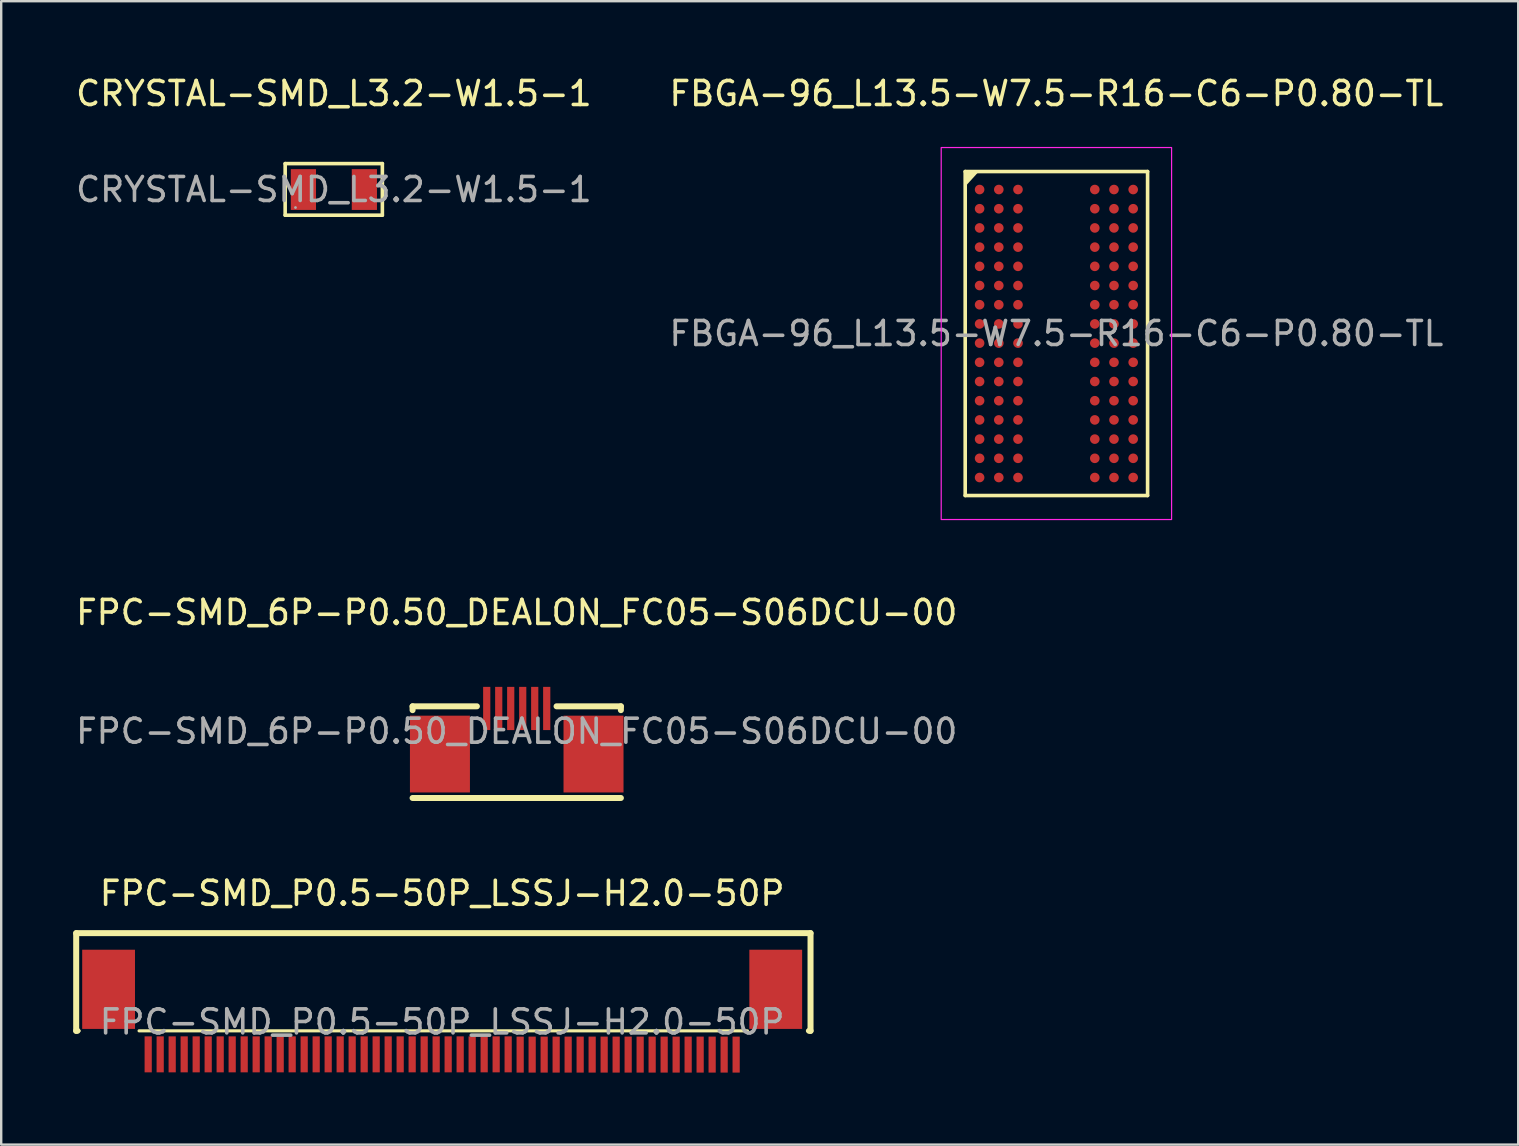
<source format=kicad_pcb>
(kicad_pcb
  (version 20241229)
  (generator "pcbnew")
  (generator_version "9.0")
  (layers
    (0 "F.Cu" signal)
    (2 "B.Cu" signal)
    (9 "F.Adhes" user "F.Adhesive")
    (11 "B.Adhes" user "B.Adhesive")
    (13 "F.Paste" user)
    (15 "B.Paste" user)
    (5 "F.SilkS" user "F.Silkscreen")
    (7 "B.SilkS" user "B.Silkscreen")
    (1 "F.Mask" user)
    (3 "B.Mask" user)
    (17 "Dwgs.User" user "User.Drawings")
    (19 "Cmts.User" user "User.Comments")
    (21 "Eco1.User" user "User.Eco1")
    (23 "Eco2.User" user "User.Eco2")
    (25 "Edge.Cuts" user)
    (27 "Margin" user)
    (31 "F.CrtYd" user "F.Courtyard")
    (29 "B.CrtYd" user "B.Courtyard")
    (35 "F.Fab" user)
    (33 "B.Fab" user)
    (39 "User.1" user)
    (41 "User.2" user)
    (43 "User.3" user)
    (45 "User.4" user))
  (footprint "FPC-SMD_6P-P0.50_DEALON_FC05-S06DCU-00"
    (layer "F.Cu")
    (at 18.482 27.422)
    (property "Reference" "FPC-SMD_6P-P0.50_DEALON_FC05-S06DCU-00" (at 0 -4.95 0) (layer "F.SilkS") (effects (font (size 1 1) (thickness 0.15))))
    (attr smd)
    (fp_line (start -4.34 -1.04) (end -4.34 -0.88) (stroke (width 0.25) (type solid)) (layer "F.SilkS"))
    (fp_line (start -4.34 2.78) (end 4.34 2.78) (stroke (width 0.25) (type solid)) (layer "F.SilkS"))
    (fp_line (start -1.66 -1.04) (end -4.34 -1.04) (stroke (width 0.25) (type solid)) (layer "F.SilkS"))
    (fp_line (start 4.34 -1.04) (end 1.66 -1.04) (stroke (width 0.25) (type solid)) (layer "F.SilkS"))
    (fp_line (start 4.34 -1.04) (end 4.34 -0.88) (stroke (width 0.25) (type solid)) (layer "F.SilkS"))
    (fp_text user "${REFERENCE}" (at 0 0 0) (layer "F.Fab") (effects (font (size 1 1) (thickness 0.15))))
    (pad "1" smd rect (at 1.25 -0.95 180) (size 0.3 1.8) (layers "F.Cu" "F.Mask" "F.Paste"))
    (pad "2" smd rect (at 0.75 -0.95 180) (size 0.3 1.8) (layers "F.Cu" "F.Mask" "F.Paste"))
    (pad "3" smd rect (at 0.25 -0.95 180) (size 0.3 1.8) (layers "F.Cu" "F.Mask" "F.Paste"))
    (pad "4" smd rect (at -0.25 -0.95 180) (size 0.3 1.8) (layers "F.Cu" "F.Mask" "F.Paste"))
    (pad "5" smd rect (at -0.75 -0.95 180) (size 0.3 1.8) (layers "F.Cu" "F.Mask" "F.Paste"))
    (pad "6" smd rect (at -1.25 -0.95 180) (size 0.3 1.8) (layers "F.Cu" "F.Mask" "F.Paste"))
    (pad "7" smd rect (at -3.2 0.95 180) (size 2.5 3.2) (layers "F.Cu" "F.Mask" "F.Paste"))
    (pad "8" smd rect (at 3.2 0.95 180) (size 2.5 3.2) (layers "F.Cu" "F.Mask" "F.Paste")))
  (footprint "FPC-SMD_P0.5-50P_LSSJ-H2.0-50P"
    (layer "F.Cu")
    (at 15.375 39.535)
    (property "Reference" "FPC-SMD_P0.5-50P_LSSJ-H2.0-50P" (at 0 -5.36 0) (layer "F.SilkS") (effects (font (size 1 1) (thickness 0.15))))
    (attr smd)
    (fp_line (start -15.25 -3.7) (end -15.25 0.37) (stroke (width 0.25) (type solid)) (layer "F.SilkS"))
    (fp_line (start -15.25 0.37) (end -15.2 0.37) (stroke (width 0.25) (type solid)) (layer "F.SilkS"))
    (fp_line (start -15.25 0.37) (end -15.13 0.37) (stroke (width 0.13) (type solid)) (layer "F.SilkS"))
    (fp_line (start -12.63 0.37) (end 12.72 0.37) (stroke (width 0.13) (type solid)) (layer "F.SilkS"))
    (fp_line (start 15.22 0.37) (end 15.29 0.37) (stroke (width 0.13) (type solid)) (layer "F.SilkS"))
    (fp_line (start 15.29 0.37) (end 15.35 0.37) (stroke (width 0.25) (type solid)) (layer "F.SilkS"))
    (fp_line (start 15.35 -3.7) (end -15.25 -3.7) (stroke (width 0.25) (type solid)) (layer "F.SilkS"))
    (fp_line (start 15.35 -3.7) (end 15.35 0.37) (stroke (width 0.25) (type solid)) (layer "F.SilkS"))
    (fp_text user "${REFERENCE}" (at 0 0 0) (layer "F.Fab") (effects (font (size 1 1) (thickness 0.15))))
    (pad "1" smd rect (at 12.25 1.36 180) (size 0.3 1.5) (layers "F.Cu" "F.Mask" "F.Paste"))
    (pad "2" smd rect (at 11.75 1.36 180) (size 0.3 1.5) (layers "F.Cu" "F.Mask" "F.Paste"))
    (pad "3" smd rect (at 11.25 1.36 180) (size 0.3 1.5) (layers "F.Cu" "F.Mask" "F.Paste"))
    (pad "4" smd rect (at 10.75 1.36 180) (size 0.3 1.5) (layers "F.Cu" "F.Mask" "F.Paste"))
    (pad "5" smd rect (at 10.25 1.36 180) (size 0.3 1.5) (layers "F.Cu" "F.Mask" "F.Paste"))
    (pad "6" smd rect (at 9.75 1.36 180) (size 0.3 1.5) (layers "F.Cu" "F.Mask" "F.Paste"))
    (pad "7" smd rect (at 9.25 1.36 180) (size 0.3 1.5) (layers "F.Cu" "F.Mask" "F.Paste"))
    (pad "8" smd rect (at 8.75 1.36 180) (size 0.3 1.5) (layers "F.Cu" "F.Mask" "F.Paste"))
    (pad "9" smd rect (at 8.25 1.36 180) (size 0.3 1.5) (layers "F.Cu" "F.Mask" "F.Paste"))
    (pad "10" smd rect (at 7.75 1.36 180) (size 0.3 1.5) (layers "F.Cu" "F.Mask" "F.Paste"))
    (pad "11" smd rect (at 7.25 1.36 180) (size 0.3 1.5) (layers "F.Cu" "F.Mask" "F.Paste"))
    (pad "12" smd rect (at 6.75 1.36 180) (size 0.3 1.5) (layers "F.Cu" "F.Mask" "F.Paste"))
    (pad "13" smd rect (at 6.25 1.36 180) (size 0.3 1.5) (layers "F.Cu" "F.Mask" "F.Paste"))
    (pad "14" smd rect (at 5.75 1.36 180) (size 0.3 1.5) (layers "F.Cu" "F.Mask" "F.Paste"))
    (pad "15" smd rect (at 5.25 1.36 180) (size 0.3 1.5) (layers "F.Cu" "F.Mask" "F.Paste"))
    (pad "16" smd rect (at 4.75 1.36 180) (size 0.3 1.5) (layers "F.Cu" "F.Mask" "F.Paste"))
    (pad "17" smd rect (at 4.25 1.36 180) (size 0.3 1.5) (layers "F.Cu" "F.Mask" "F.Paste"))
    (pad "18" smd rect (at 3.75 1.36 180) (size 0.3 1.5) (layers "F.Cu" "F.Mask" "F.Paste"))
    (pad "19" smd rect (at 3.25 1.36 180) (size 0.3 1.5) (layers "F.Cu" "F.Mask" "F.Paste"))
    (pad "20" smd rect (at 2.75 1.35 180) (size 0.3 1.5) (layers "F.Cu" "F.Mask" "F.Paste"))
    (pad "21" smd rect (at 2.25 1.35 180) (size 0.3 1.5) (layers "F.Cu" "F.Mask" "F.Paste"))
    (pad "22" smd rect (at 1.75 1.35 180) (size 0.3 1.5) (layers "F.Cu" "F.Mask" "F.Paste"))
    (pad "23" smd rect (at 1.25 1.35 180) (size 0.3 1.5) (layers "F.Cu" "F.Mask" "F.Paste"))
    (pad "24" smd rect (at 0.75 1.35 180) (size 0.3 1.5) (layers "F.Cu" "F.Mask" "F.Paste"))
    (pad "25" smd rect (at 0.25 1.35 180) (size 0.3 1.5) (layers "F.Cu" "F.Mask" "F.Paste"))
    (pad "26" smd rect (at -0.25 1.35 180) (size 0.3 1.5) (layers "F.Cu" "F.Mask" "F.Paste"))
    (pad "27" smd rect (at -0.75 1.35 180) (size 0.3 1.5) (layers "F.Cu" "F.Mask" "F.Paste"))
    (pad "28" smd rect (at -1.25 1.35 180) (size 0.3 1.5) (layers "F.Cu" "F.Mask" "F.Paste"))
    (pad "29" smd rect (at -1.75 1.35 180) (size 0.3 1.5) (layers "F.Cu" "F.Mask" "F.Paste"))
    (pad "30" smd rect (at -2.25 1.35 180) (size 0.3 1.5) (layers "F.Cu" "F.Mask" "F.Paste"))
    (pad "31" smd rect (at -2.75 1.35 180) (size 0.3 1.5) (layers "F.Cu" "F.Mask" "F.Paste"))
    (pad "32" smd rect (at -3.25 1.35 180) (size 0.3 1.5) (layers "F.Cu" "F.Mask" "F.Paste"))
    (pad "33" smd rect (at -3.75 1.35 180) (size 0.3 1.5) (layers "F.Cu" "F.Mask" "F.Paste"))
    (pad "34" smd rect (at -4.25 1.35 180) (size 0.3 1.5) (layers "F.Cu" "F.Mask" "F.Paste"))
    (pad "35" smd rect (at -4.75 1.35 180) (size 0.3 1.5) (layers "F.Cu" "F.Mask" "F.Paste"))
    (pad "36" smd rect (at -5.25 1.35 180) (size 0.3 1.5) (layers "F.Cu" "F.Mask" "F.Paste"))
    (pad "37" smd rect (at -5.75 1.35 180) (size 0.3 1.5) (layers "F.Cu" "F.Mask" "F.Paste"))
    (pad "38" smd rect (at -6.25 1.35 180) (size 0.3 1.5) (layers "F.Cu" "F.Mask" "F.Paste"))
    (pad "39" smd rect (at -6.75 1.35 180) (size 0.3 1.5) (layers "F.Cu" "F.Mask" "F.Paste"))
    (pad "40" smd rect (at -7.25 1.35 180) (size 0.3 1.5) (layers "F.Cu" "F.Mask" "F.Paste"))
    (pad "41" smd rect (at -7.75 1.35 180) (size 0.3 1.5) (layers "F.Cu" "F.Mask" "F.Paste"))
    (pad "42" smd rect (at -8.25 1.35 180) (size 0.3 1.5) (layers "F.Cu" "F.Mask" "F.Paste"))
    (pad "43" smd rect (at -8.75 1.35 180) (size 0.3 1.5) (layers "F.Cu" "F.Mask" "F.Paste"))
    (pad "44" smd rect (at -9.25 1.35 180) (size 0.3 1.5) (layers "F.Cu" "F.Mask" "F.Paste"))
    (pad "45" smd rect (at -9.75 1.35 180) (size 0.3 1.5) (layers "F.Cu" "F.Mask" "F.Paste"))
    (pad "46" smd rect (at -10.25 1.35 180) (size 0.3 1.5) (layers "F.Cu" "F.Mask" "F.Paste"))
    (pad "47" smd rect (at -10.75 1.35 180) (size 0.3 1.5) (layers "F.Cu" "F.Mask" "F.Paste"))
    (pad "48" smd rect (at -11.25 1.35 180) (size 0.3 1.5) (layers "F.Cu" "F.Mask" "F.Paste"))
    (pad "49" smd rect (at -11.75 1.35 180) (size 0.3 1.5) (layers "F.Cu" "F.Mask" "F.Paste"))
    (pad "50" smd rect (at -12.25 1.35 180) (size 0.3 1.5) (layers "F.Cu" "F.Mask" "F.Paste"))
    (pad "51" smd rect (at 13.9 -1.36 180) (size 2.2 3.3) (layers "F.Cu" "F.Mask" "F.Paste"))
    (pad "52" smd rect (at -13.9 -1.36) (size 2.2 3.3) (layers "F.Cu" "F.Mask" "F.Paste")))
  (footprint "FBGA-96_L13.5-W7.5-R16-C6-P0.80-TL"
    (layer "F.Cu")
    (at 40.97 10.848)
    (property "Reference" "FBGA-96_L13.5-W7.5-R16-C6-P0.80-TL" (at 0 -10 0) (layer "F.SilkS") (effects (font (size 1 1) (thickness 0.15))))
    (attr smd)
    (fp_line (start -3.8 -6.75) (end -3.8 6.75) (stroke (width 0.15) (type solid)) (layer "F.SilkS"))
    (fp_line (start -3.8 -6.75) (end 3.8 -6.75) (stroke (width 0.15) (type solid)) (layer "F.SilkS"))
    (fp_line (start -3.8 6.75) (end 3.8 6.75) (stroke (width 0.15) (type solid)) (layer "F.SilkS"))
    (fp_line (start 3.8 -6.75) (end 3.8 6.75) (stroke (width 0.15) (type solid)) (layer "F.SilkS"))
    (fp_poly (pts (xy -3.8 -6.75) (xy -3.3 -6.75) (xy -3.8 -6.2)) (stroke (width 0.1) (type solid)) (fill yes) (layer "F.SilkS"))
    (fp_rect (start -4.8 -7.75) (end 4.8 7.75) (stroke (width 0.05) (type default)) (fill no) (layer "F.CrtYd"))
    (fp_text user "${REFERENCE}" (at 0 0 0) (layer "F.Fab") (effects (font (size 1 1) (thickness 0.15))))
    (pad "A1" smd circle (at -3.2 -6) (size 0.4 0.4) (layers "F.Cu" "F.Mask" "F.Paste"))
    (pad "A2" smd circle (at -2.4 -6) (size 0.4 0.4) (layers "F.Cu" "F.Mask" "F.Paste"))
    (pad "A3" smd circle (at -1.6 -6) (size 0.4 0.4) (layers "F.Cu" "F.Mask" "F.Paste"))
    (pad "A7" smd circle (at 1.6 -6) (size 0.4 0.4) (layers "F.Cu" "F.Mask" "F.Paste"))
    (pad "A8" smd circle (at 2.4 -6) (size 0.4 0.4) (layers "F.Cu" "F.Mask" "F.Paste"))
    (pad "A9" smd circle (at 3.2 -6) (size 0.4 0.4) (layers "F.Cu" "F.Mask" "F.Paste"))
    (pad "B1" smd circle (at -3.2 -5.2) (size 0.4 0.4) (layers "F.Cu" "F.Mask" "F.Paste"))
    (pad "B2" smd circle (at -2.4 -5.2) (size 0.4 0.4) (layers "F.Cu" "F.Mask" "F.Paste"))
    (pad "B3" smd circle (at -1.6 -5.2) (size 0.4 0.4) (layers "F.Cu" "F.Mask" "F.Paste"))
    (pad "B7" smd circle (at 1.6 -5.2) (size 0.4 0.4) (layers "F.Cu" "F.Mask" "F.Paste"))
    (pad "B8" smd circle (at 2.4 -5.2) (size 0.4 0.4) (layers "F.Cu" "F.Mask" "F.Paste"))
    (pad "B9" smd circle (at 3.2 -5.2) (size 0.4 0.4) (layers "F.Cu" "F.Mask" "F.Paste"))
    (pad "C1" smd circle (at -3.2 -4.4) (size 0.4 0.4) (layers "F.Cu" "F.Mask" "F.Paste"))
    (pad "C2" smd circle (at -2.4 -4.4) (size 0.4 0.4) (layers "F.Cu" "F.Mask" "F.Paste"))
    (pad "C3" smd circle (at -1.6 -4.4) (size 0.4 0.4) (layers "F.Cu" "F.Mask" "F.Paste"))
    (pad "C7" smd circle (at 1.6 -4.4) (size 0.4 0.4) (layers "F.Cu" "F.Mask" "F.Paste"))
    (pad "C8" smd circle (at 2.4 -4.4) (size 0.4 0.4) (layers "F.Cu" "F.Mask" "F.Paste"))
    (pad "C9" smd circle (at 3.2 -4.4) (size 0.4 0.4) (layers "F.Cu" "F.Mask" "F.Paste"))
    (pad "D1" smd circle (at -3.2 -3.6) (size 0.4 0.4) (layers "F.Cu" "F.Mask" "F.Paste"))
    (pad "D2" smd circle (at -2.4 -3.6) (size 0.4 0.4) (layers "F.Cu" "F.Mask" "F.Paste"))
    (pad "D3" smd circle (at -1.6 -3.6) (size 0.4 0.4) (layers "F.Cu" "F.Mask" "F.Paste"))
    (pad "D7" smd circle (at 1.6 -3.6) (size 0.4 0.4) (layers "F.Cu" "F.Mask" "F.Paste"))
    (pad "D8" smd circle (at 2.4 -3.6) (size 0.4 0.4) (layers "F.Cu" "F.Mask" "F.Paste"))
    (pad "D9" smd circle (at 3.2 -3.6) (size 0.4 0.4) (layers "F.Cu" "F.Mask" "F.Paste"))
    (pad "E1" smd circle (at -3.2 -2.8) (size 0.4 0.4) (layers "F.Cu" "F.Mask" "F.Paste"))
    (pad "E2" smd circle (at -2.4 -2.8) (size 0.4 0.4) (layers "F.Cu" "F.Mask" "F.Paste"))
    (pad "E3" smd circle (at -1.6 -2.8) (size 0.4 0.4) (layers "F.Cu" "F.Mask" "F.Paste"))
    (pad "E7" smd circle (at 1.6 -2.8) (size 0.4 0.4) (layers "F.Cu" "F.Mask" "F.Paste"))
    (pad "E8" smd circle (at 2.4 -2.8) (size 0.4 0.4) (layers "F.Cu" "F.Mask" "F.Paste"))
    (pad "E9" smd circle (at 3.2 -2.8) (size 0.4 0.4) (layers "F.Cu" "F.Mask" "F.Paste"))
    (pad "F1" smd circle (at -3.2 -2) (size 0.4 0.4) (layers "F.Cu" "F.Mask" "F.Paste"))
    (pad "F2" smd circle (at -2.4 -2) (size 0.4 0.4) (layers "F.Cu" "F.Mask" "F.Paste"))
    (pad "F3" smd circle (at -1.6 -2) (size 0.4 0.4) (layers "F.Cu" "F.Mask" "F.Paste"))
    (pad "F7" smd circle (at 1.6 -2) (size 0.4 0.4) (layers "F.Cu" "F.Mask" "F.Paste"))
    (pad "F8" smd circle (at 2.4 -2) (size 0.4 0.4) (layers "F.Cu" "F.Mask" "F.Paste"))
    (pad "F9" smd circle (at 3.2 -2) (size 0.4 0.4) (layers "F.Cu" "F.Mask" "F.Paste"))
    (pad "G1" smd circle (at -3.2 -1.2) (size 0.4 0.4) (layers "F.Cu" "F.Mask" "F.Paste"))
    (pad "G2" smd circle (at -2.4 -1.2) (size 0.4 0.4) (layers "F.Cu" "F.Mask" "F.Paste"))
    (pad "G3" smd circle (at -1.6 -1.2) (size 0.4 0.4) (layers "F.Cu" "F.Mask" "F.Paste"))
    (pad "G7" smd circle (at 1.6 -1.2) (size 0.4 0.4) (layers "F.Cu" "F.Mask" "F.Paste"))
    (pad "G8" smd circle (at 2.4 -1.2) (size 0.4 0.4) (layers "F.Cu" "F.Mask" "F.Paste"))
    (pad "G9" smd circle (at 3.2 -1.2) (size 0.4 0.4) (layers "F.Cu" "F.Mask" "F.Paste"))
    (pad "H1" smd circle (at -3.2 -0.4) (size 0.4 0.4) (layers "F.Cu" "F.Mask" "F.Paste"))
    (pad "H2" smd circle (at -2.4 -0.4) (size 0.4 0.4) (layers "F.Cu" "F.Mask" "F.Paste"))
    (pad "H3" smd circle (at -1.6 -0.4) (size 0.4 0.4) (layers "F.Cu" "F.Mask" "F.Paste"))
    (pad "H7" smd circle (at 1.6 -0.4) (size 0.4 0.4) (layers "F.Cu" "F.Mask" "F.Paste"))
    (pad "H8" smd circle (at 2.4 -0.4) (size 0.4 0.4) (layers "F.Cu" "F.Mask" "F.Paste"))
    (pad "H9" smd circle (at 3.2 -0.4) (size 0.4 0.4) (layers "F.Cu" "F.Mask" "F.Paste"))
    (pad "J1" smd circle (at -3.2 0.4) (size 0.4 0.4) (layers "F.Cu" "F.Mask" "F.Paste"))
    (pad "J2" smd circle (at -2.4 0.4) (size 0.4 0.4) (layers "F.Cu" "F.Mask" "F.Paste"))
    (pad "J3" smd circle (at -1.6 0.4) (size 0.4 0.4) (layers "F.Cu" "F.Mask" "F.Paste"))
    (pad "J7" smd circle (at 1.6 0.4) (size 0.4 0.4) (layers "F.Cu" "F.Mask" "F.Paste"))
    (pad "J8" smd circle (at 2.4 0.4) (size 0.4 0.4) (layers "F.Cu" "F.Mask" "F.Paste"))
    (pad "J9" smd circle (at 3.2 0.4) (size 0.4 0.4) (layers "F.Cu" "F.Mask" "F.Paste"))
    (pad "K1" smd circle (at -3.2 1.2) (size 0.4 0.4) (layers "F.Cu" "F.Mask" "F.Paste"))
    (pad "K2" smd circle (at -2.4 1.2) (size 0.4 0.4) (layers "F.Cu" "F.Mask" "F.Paste"))
    (pad "K3" smd circle (at -1.6 1.2) (size 0.4 0.4) (layers "F.Cu" "F.Mask" "F.Paste"))
    (pad "K7" smd circle (at 1.6 1.2) (size 0.4 0.4) (layers "F.Cu" "F.Mask" "F.Paste"))
    (pad "K8" smd circle (at 2.4 1.2) (size 0.4 0.4) (layers "F.Cu" "F.Mask" "F.Paste"))
    (pad "K9" smd circle (at 3.2 1.2) (size 0.4 0.4) (layers "F.Cu" "F.Mask" "F.Paste"))
    (pad "L1" smd circle (at -3.2 2) (size 0.4 0.4) (layers "F.Cu" "F.Mask" "F.Paste"))
    (pad "L2" smd circle (at -2.4 2) (size 0.4 0.4) (layers "F.Cu" "F.Mask" "F.Paste"))
    (pad "L3" smd circle (at -1.6 2) (size 0.4 0.4) (layers "F.Cu" "F.Mask" "F.Paste"))
    (pad "L7" smd circle (at 1.6 2) (size 0.4 0.4) (layers "F.Cu" "F.Mask" "F.Paste"))
    (pad "L8" smd circle (at 2.4 2) (size 0.4 0.4) (layers "F.Cu" "F.Mask" "F.Paste"))
    (pad "L9" smd circle (at 3.2 2) (size 0.4 0.4) (layers "F.Cu" "F.Mask" "F.Paste"))
    (pad "M1" smd circle (at -3.2 2.8) (size 0.4 0.4) (layers "F.Cu" "F.Mask" "F.Paste"))
    (pad "M2" smd circle (at -2.4 2.8) (size 0.4 0.4) (layers "F.Cu" "F.Mask" "F.Paste"))
    (pad "M3" smd circle (at -1.6 2.8) (size 0.4 0.4) (layers "F.Cu" "F.Mask" "F.Paste"))
    (pad "M7" smd circle (at 1.6 2.8) (size 0.4 0.4) (layers "F.Cu" "F.Mask" "F.Paste"))
    (pad "M8" smd circle (at 2.4 2.8) (size 0.4 0.4) (layers "F.Cu" "F.Mask" "F.Paste"))
    (pad "M9" smd circle (at 3.2 2.8) (size 0.4 0.4) (layers "F.Cu" "F.Mask" "F.Paste"))
    (pad "N1" smd circle (at -3.2 3.6) (size 0.4 0.4) (layers "F.Cu" "F.Mask" "F.Paste"))
    (pad "N2" smd circle (at -2.4 3.6) (size 0.4 0.4) (layers "F.Cu" "F.Mask" "F.Paste"))
    (pad "N3" smd circle (at -1.6 3.6) (size 0.4 0.4) (layers "F.Cu" "F.Mask" "F.Paste"))
    (pad "N7" smd circle (at 1.6 3.6) (size 0.4 0.4) (layers "F.Cu" "F.Mask" "F.Paste"))
    (pad "N8" smd circle (at 2.4 3.6) (size 0.4 0.4) (layers "F.Cu" "F.Mask" "F.Paste"))
    (pad "N9" smd circle (at 3.2 3.6) (size 0.4 0.4) (layers "F.Cu" "F.Mask" "F.Paste"))
    (pad "P1" smd circle (at -3.2 4.4) (size 0.4 0.4) (layers "F.Cu" "F.Mask" "F.Paste"))
    (pad "P2" smd circle (at -2.4 4.4) (size 0.4 0.4) (layers "F.Cu" "F.Mask" "F.Paste"))
    (pad "P3" smd circle (at -1.6 4.4) (size 0.4 0.4) (layers "F.Cu" "F.Mask" "F.Paste"))
    (pad "P7" smd circle (at 1.6 4.4) (size 0.4 0.4) (layers "F.Cu" "F.Mask" "F.Paste"))
    (pad "P8" smd circle (at 2.4 4.4) (size 0.4 0.4) (layers "F.Cu" "F.Mask" "F.Paste"))
    (pad "P9" smd circle (at 3.2 4.4) (size 0.4 0.4) (layers "F.Cu" "F.Mask" "F.Paste"))
    (pad "R1" smd circle (at -3.2 5.2) (size 0.4 0.4) (layers "F.Cu" "F.Mask" "F.Paste"))
    (pad "R2" smd circle (at -2.4 5.2) (size 0.4 0.4) (layers "F.Cu" "F.Mask" "F.Paste"))
    (pad "R3" smd circle (at -1.6 5.2) (size 0.4 0.4) (layers "F.Cu" "F.Mask" "F.Paste"))
    (pad "R7" smd circle (at 1.6 5.2) (size 0.4 0.4) (layers "F.Cu" "F.Mask" "F.Paste"))
    (pad "R8" smd circle (at 2.4 5.2) (size 0.4 0.4) (layers "F.Cu" "F.Mask" "F.Paste"))
    (pad "R9" smd circle (at 3.2 5.2) (size 0.4 0.4) (layers "F.Cu" "F.Mask" "F.Paste"))
    (pad "T1" smd circle (at -3.2 6) (size 0.4 0.4) (layers "F.Cu" "F.Mask" "F.Paste"))
    (pad "T2" smd circle (at -2.4 6) (size 0.4 0.4) (layers "F.Cu" "F.Mask" "F.Paste"))
    (pad "T3" smd circle (at -1.6 6) (size 0.4 0.4) (layers "F.Cu" "F.Mask" "F.Paste"))
    (pad "T7" smd circle (at 1.6 6) (size 0.4 0.4) (layers "F.Cu" "F.Mask" "F.Paste"))
    (pad "T8" smd circle (at 2.4 6) (size 0.4 0.4) (layers "F.Cu" "F.Mask" "F.Paste"))
    (pad "T9" smd circle (at 3.2 6) (size 0.4 0.4) (layers "F.Cu" "F.Mask" "F.Paste")))
  (footprint "CRYSTAL-SMD_L3.2-W1.5-1"
    (layer "F.Cu")
    (at 10.863 4.848)
    (property "Reference" "CRYSTAL-SMD_L3.2-W1.5-1" (at 0 -4 0) (layer "F.SilkS") (effects (font (size 1 1) (thickness 0.15))))
    (attr smd)
    (fp_line (start -2.03 -1.08) (end 2.02 -1.08) (stroke (width 0.15) (type solid)) (layer "F.SilkS"))
    (fp_line (start -2.03 1.07) (end -2.03 -1.08) (stroke (width 0.15) (type solid)) (layer "F.SilkS"))
    (fp_line (start 2.02 -1.08) (end 2.02 1.07) (stroke (width 0.15) (type solid)) (layer "F.SilkS"))
    (fp_line (start 2.02 1.07) (end -2.03 1.07) (stroke (width 0.15) (type solid)) (layer "F.SilkS"))
    (fp_circle (center -1.6 0.75) (end -1.57 0.75) (stroke (width 0.06) (type solid)) (fill no) (layer "F.Fab"))
    (fp_text user "${REFERENCE}" (at 0 0 0) (layer "F.Fab") (effects (font (size 1 1) (thickness 0.15))))
    (pad "1" smd rect (at -1.27 0) (size 1.05 1.7) (layers "F.Cu" "F.Mask" "F.Paste"))
    (pad "2" smd rect (at 1.27 0) (size 1.05 1.7) (layers "F.Cu" "F.Mask" "F.Paste")))
  (gr_rect
    (start -3 -3)
    (end 60.214 44.645)
    (stroke (width 0.1) (type default))
    (fill no)
    (layer "Edge.Cuts")))
</source>
